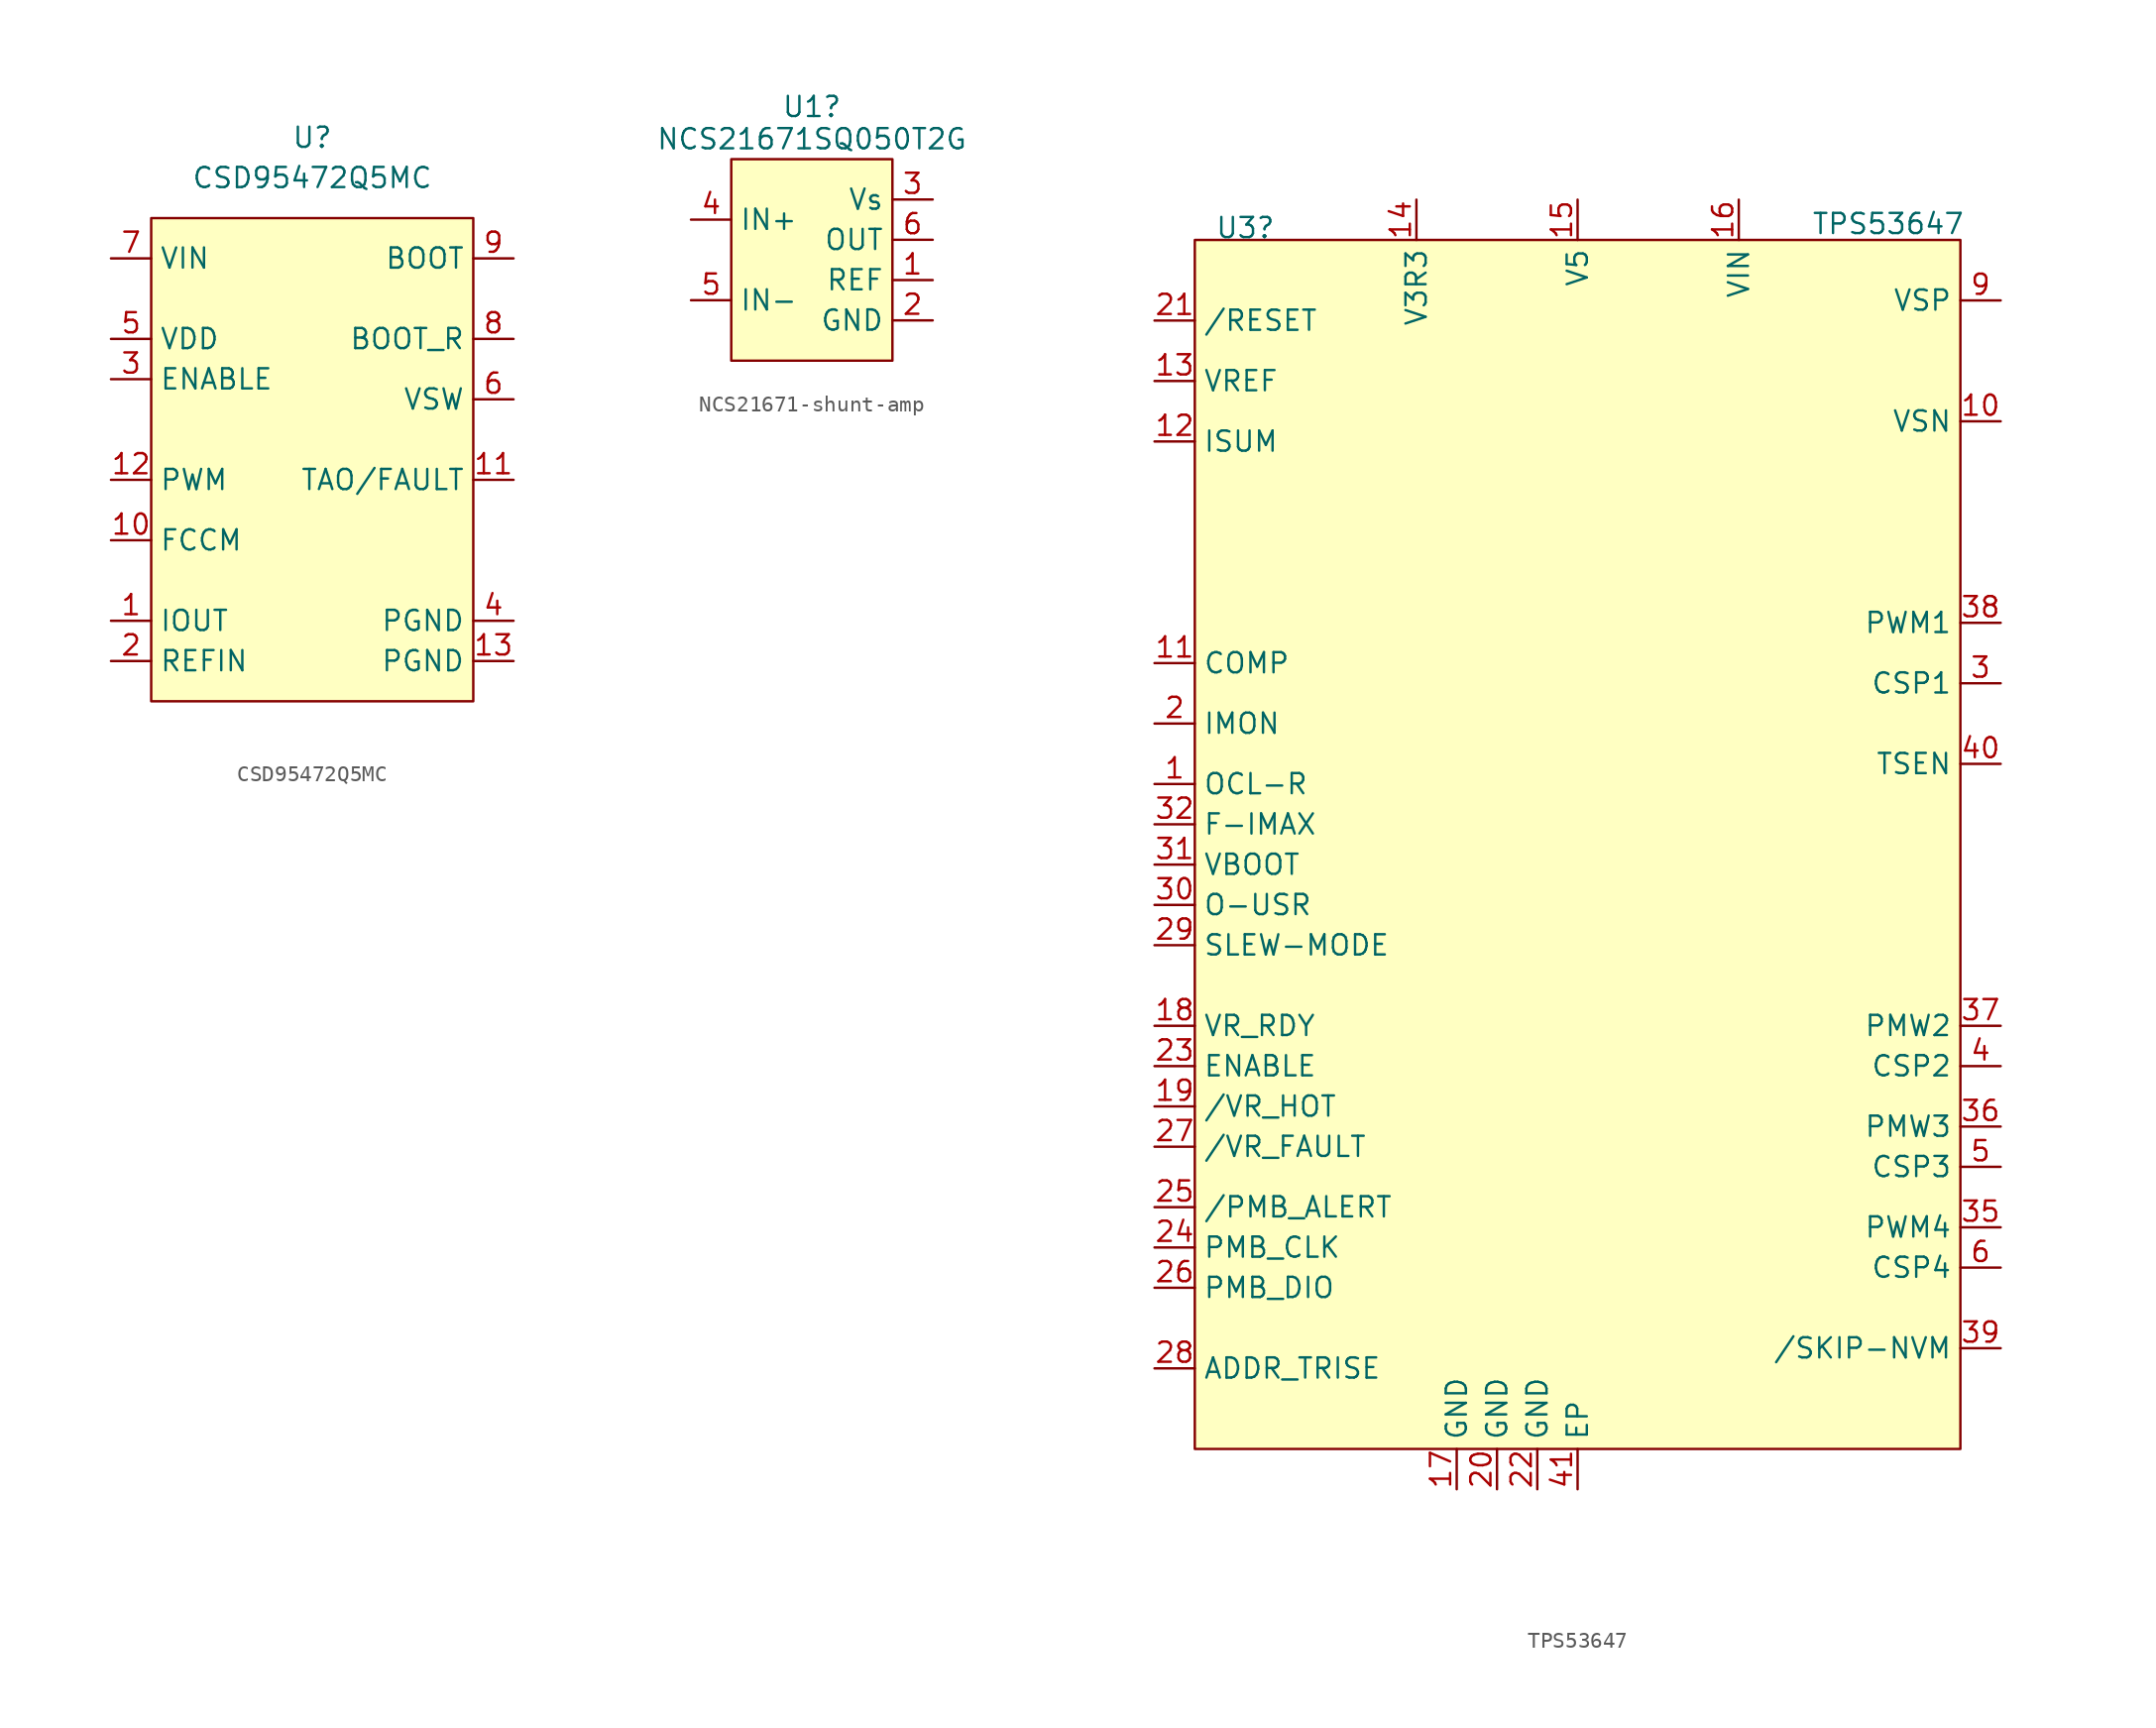
<source format=kicad_sym>
(kicad_symbol_lib
  (version 20231120)
  (generator "kicad_symbol_editor")
  (generator_version "8.0")
  (symbol "CSD95472Q5MC"
    (property "Reference" "U"
      (at 0 20.32 0)
      (effects (font (size 1.27 1.27))))
    (property "Value" "CSD95472Q5MC"
      (at 0 17.78 0)
      (effects (font (size 1.27 1.27))))
    (symbol "CSD95472Q5MC_1_1"
      (rectangle (start -10.16 15.24) (end 10.16 -15.24) (stroke (width 0) (type default)) (fill (type background)))
      (pin output line (at -12.7 -10.16 0) (length 2.54) (name "IOUT" (effects (font (size 1.27 1.27)))) (number "1" (effects (font (size 1.27 1.27)))))
      (pin input line (at -12.7 -5.08 0) (length 2.54) (name "FCCM" (effects (font (size 1.27 1.27)))) (number "10" (effects (font (size 1.27 1.27)))))
      (pin passive line (at 12.7 -1.27 180) (length 2.54) (name "TAO/FAULT" (effects (font (size 1.27 1.27)))) (number "11" (effects (font (size 1.27 1.27)))))
      (pin input line (at -12.7 -1.27 0) (length 2.54) (name "PWM" (effects (font (size 1.27 1.27)))) (number "12" (effects (font (size 1.27 1.27)))))
      (pin passive line (at 12.7 -12.7 180) (length 2.54) (name "PGND" (effects (font (size 1.27 1.27)))) (number "13" (effects (font (size 1.27 1.27)))))
      (pin input line (at -12.7 -12.7 0) (length 2.54) (name "REFIN" (effects (font (size 1.27 1.27)))) (number "2" (effects (font (size 1.27 1.27)))))
      (pin input line (at -12.7 5.08 0) (length 2.54) (name "ENABLE" (effects (font (size 1.27 1.27)))) (number "3" (effects (font (size 1.27 1.27)))))
      (pin passive line (at 12.7 -10.16 180) (length 2.54) (name "PGND" (effects (font (size 1.27 1.27)))) (number "4" (effects (font (size 1.27 1.27)))))
      (pin power_in line (at -12.7 7.62 0) (length 2.54) (name "VDD" (effects (font (size 1.27 1.27)))) (number "5" (effects (font (size 1.27 1.27)))))
      (pin output line (at 12.7 3.81 180) (length 2.54) (name "VSW" (effects (font (size 1.27 1.27)))) (number "6" (effects (font (size 1.27 1.27)))))
      (pin power_in line (at -12.7 12.7 0) (length 2.54) (name "VIN" (effects (font (size 1.27 1.27)))) (number "7" (effects (font (size 1.27 1.27)))))
      (pin input line (at 12.7 7.62 180) (length 2.54) (name "BOOT_R" (effects (font (size 1.27 1.27)))) (number "8" (effects (font (size 1.27 1.27)))))
      (pin output line (at 12.7 12.7 180) (length 2.54) (name "BOOT" (effects (font (size 1.27 1.27)))) (number "9" (effects (font (size 1.27 1.27)))))))
  (symbol "NCS21671-shunt-amp"
    (property "Reference" "U1"
      (at 0 9.652 0)
      (effects (font (size 1.27 1.27))))
    (property "Value" "NCS21671SQ050T2G"
      (at 0 7.62 0)
      (effects (font (size 1.27 1.27))))
    (symbol "NCS21671-shunt-amp_0_1"
      (rectangle (start -5.08 6.35) (end 5.08 -6.35) (stroke (width 0.152) (type default)) (fill (type background))))
    (symbol "NCS21671-shunt-amp_1_1"
      (pin bidirectional line (at 7.62 -1.27 180) (length 2.54) (name "REF" (effects (font (size 1.27 1.27)))) (number "1" (effects (font (size 1.27 1.27)))))
      (pin bidirectional line (at 7.62 -3.81 180) (length 2.54) (name "GND" (effects (font (size 1.27 1.27)))) (number "2" (effects (font (size 1.27 1.27)))))
      (pin bidirectional line (at 7.62 3.81 180) (length 2.54) (name "Vs" (effects (font (size 1.27 1.27)))) (number "3" (effects (font (size 1.27 1.27)))))
      (pin bidirectional line (at -7.62 2.54 0) (length 2.54) (name "IN+" (effects (font (size 1.27 1.27)))) (number "4" (effects (font (size 1.27 1.27)))))
      (pin bidirectional line (at -7.62 -2.54 0) (length 2.54) (name "IN-" (effects (font (size 1.27 1.27)))) (number "5" (effects (font (size 1.27 1.27)))))
      (pin input line (at 7.62 1.27 180) (length 2.54) (name "OUT" (effects (font (size 1.27 1.27)))) (number "6" (effects (font (size 1.27 1.27)))))))
  (symbol "TPS53647"
    (property "Reference" "U3"
      (at -22.86 38.862 0)
      (effects (font (size 1.27 1.27)) (justify left)))
    (property "Value" "TPS53647"
      (at 14.732 39.116 0)
      (effects (font (size 1.27 1.27)) (justify left)))
    (symbol "TPS53647_1_1"
      (rectangle (start -24.13 38.1) (end 24.13 -38.1) (stroke (width 0) (type default)) (fill (type background)))
      (pin passive line (at -26.67 3.81 0) (length 2.54) (name "OCL-R" (effects (font (size 1.27 1.27)))) (number "1" (effects (font (size 1.27 1.27)))))
      (pin input line (at 26.67 26.67 180) (length 2.54) (name "VSN" (effects (font (size 1.27 1.27)))) (number "10" (effects (font (size 1.27 1.27)))))
      (pin passive line (at -26.67 11.43 0) (length 2.54) (name "COMP" (effects (font (size 1.27 1.27)))) (number "11" (effects (font (size 1.27 1.27)))))
      (pin passive line (at -26.67 25.4 0) (length 2.54) (name "ISUM" (effects (font (size 1.27 1.27)))) (number "12" (effects (font (size 1.27 1.27)))))
      (pin power_out line (at -26.67 29.21 0) (length 2.54) (name "VREF" (effects (font (size 1.27 1.27)))) (number "13" (effects (font (size 1.27 1.27)))))
      (pin power_out line (at -10.16 40.64 270) (length 2.54) (name "V3R3" (effects (font (size 1.27 1.27)))) (number "14" (effects (font (size 1.27 1.27)))))
      (pin power_in line (at 0 40.64 270) (length 2.54) (name "V5" (effects (font (size 1.27 1.27)))) (number "15" (effects (font (size 1.27 1.27)))))
      (pin power_in line (at 10.16 40.64 270) (length 2.54) (name "VIN" (effects (font (size 1.27 1.27)))) (number "16" (effects (font (size 1.27 1.27)))))
      (pin passive line (at -7.62 -40.64 90) (length 2.54) (name "GND" (effects (font (size 1.27 1.27)))) (number "17" (effects (font (size 1.27 1.27)))))
      (pin open_collector line (at -26.67 -11.43 0) (length 2.54) (name "VR_RDY" (effects (font (size 1.27 1.27)))) (number "18" (effects (font (size 1.27 1.27)))))
      (pin open_collector line (at -26.67 -16.51 0) (length 2.54) (name "/VR_HOT" (effects (font (size 1.27 1.27)))) (number "19" (effects (font (size 1.27 1.27)))))
      (pin passive line (at -26.67 7.62 0) (length 2.54) (name "IMON" (effects (font (size 1.27 1.27)))) (number "2" (effects (font (size 1.27 1.27)))))
      (pin power_in line (at -5.08 -40.64 90) (length 2.54) (name "GND" (effects (font (size 1.27 1.27)))) (number "20" (effects (font (size 1.27 1.27)))))
      (pin input line (at -26.67 33.02 0) (length 2.54) (name "/RESET" (effects (font (size 1.27 1.27)))) (number "21" (effects (font (size 1.27 1.27)))))
      (pin power_in line (at -2.54 -40.64 90) (length 2.54) (name "GND" (effects (font (size 1.27 1.27)))) (number "22" (effects (font (size 1.27 1.27)))))
      (pin input line (at -26.67 -13.97 0) (length 2.54) (name "ENABLE" (effects (font (size 1.27 1.27)))) (number "23" (effects (font (size 1.27 1.27)))))
      (pin input line (at -26.67 -25.4 0) (length 2.54) (name "PMB_CLK" (effects (font (size 1.27 1.27)))) (number "24" (effects (font (size 1.27 1.27)))))
      (pin open_collector line (at -26.67 -22.86 0) (length 2.54) (name "/PMB_ALERT" (effects (font (size 1.27 1.27)))) (number "25" (effects (font (size 1.27 1.27)))))
      (pin open_collector line (at -26.67 -27.94 0) (length 2.54) (name "PMB_DIO" (effects (font (size 1.27 1.27)))) (number "26" (effects (font (size 1.27 1.27)))))
      (pin open_collector line (at -26.67 -19.05 0) (length 2.54) (name "/VR_FAULT" (effects (font (size 1.27 1.27)))) (number "27" (effects (font (size 1.27 1.27)))))
      (pin passive line (at -26.67 -33.02 0) (length 2.54) (name "ADDR_TRISE" (effects (font (size 1.27 1.27)))) (number "28" (effects (font (size 1.27 1.27)))))
      (pin passive line (at -26.67 -6.35 0) (length 2.54) (name "SLEW-MODE" (effects (font (size 1.27 1.27)))) (number "29" (effects (font (size 1.27 1.27)))))
      (pin input line (at 26.67 10.16 180) (length 2.54) (name "CSP1" (effects (font (size 1.27 1.27)))) (number "3" (effects (font (size 1.27 1.27)))))
      (pin passive line (at -26.67 -3.81 0) (length 2.54) (name "O-USR" (effects (font (size 1.27 1.27)))) (number "30" (effects (font (size 1.27 1.27)))))
      (pin passive line (at -26.67 -1.27 0) (length 2.54) (name "VBOOT" (effects (font (size 1.27 1.27)))) (number "31" (effects (font (size 1.27 1.27)))))
      (pin passive line (at -26.67 1.27 0) (length 2.54) (name "F-IMAX" (effects (font (size 1.27 1.27)))) (number "32" (effects (font (size 1.27 1.27)))))
      (pin output line (at 26.67 -24.13 180) (length 2.54) (name "PWM4" (effects (font (size 1.27 1.27)))) (number "35" (effects (font (size 1.27 1.27)))))
      (pin output line (at 26.67 -17.78 180) (length 2.54) (name "PMW3" (effects (font (size 1.27 1.27)))) (number "36" (effects (font (size 1.27 1.27)))))
      (pin output line (at 26.67 -11.43 180) (length 2.54) (name "PMW2" (effects (font (size 1.27 1.27)))) (number "37" (effects (font (size 1.27 1.27)))))
      (pin output line (at 26.67 13.97 180) (length 2.54) (name "PWM1" (effects (font (size 1.27 1.27)))) (number "38" (effects (font (size 1.27 1.27)))))
      (pin input line (at 26.67 -31.75 180) (length 2.54) (name "/SKIP-NVM" (effects (font (size 1.27 1.27)))) (number "39" (effects (font (size 1.27 1.27)))))
      (pin input line (at 26.67 -13.97 180) (length 2.54) (name "CSP2" (effects (font (size 1.27 1.27)))) (number "4" (effects (font (size 1.27 1.27)))))
      (pin input line (at 26.67 5.08 180) (length 2.54) (name "TSEN" (effects (font (size 1.27 1.27)))) (number "40" (effects (font (size 1.27 1.27)))))
      (pin power_in line (at 0 -40.64 90) (length 2.54) (name "EP" (effects (font (size 1.27 1.27)))) (number "41" (effects (font (size 1.27 1.27)))))
      (pin input line (at 26.67 -20.32 180) (length 2.54) (name "CSP3" (effects (font (size 1.27 1.27)))) (number "5" (effects (font (size 1.27 1.27)))))
      (pin input line (at 26.67 -26.67 180) (length 2.54) (name "CSP4" (effects (font (size 1.27 1.27)))) (number "6" (effects (font (size 1.27 1.27)))))
      (pin input line (at 26.67 34.29 180) (length 2.54) (name "VSP" (effects (font (size 1.27 1.27)))) (number "9" (effects (font (size 1.27 1.27))))))))
</source>
